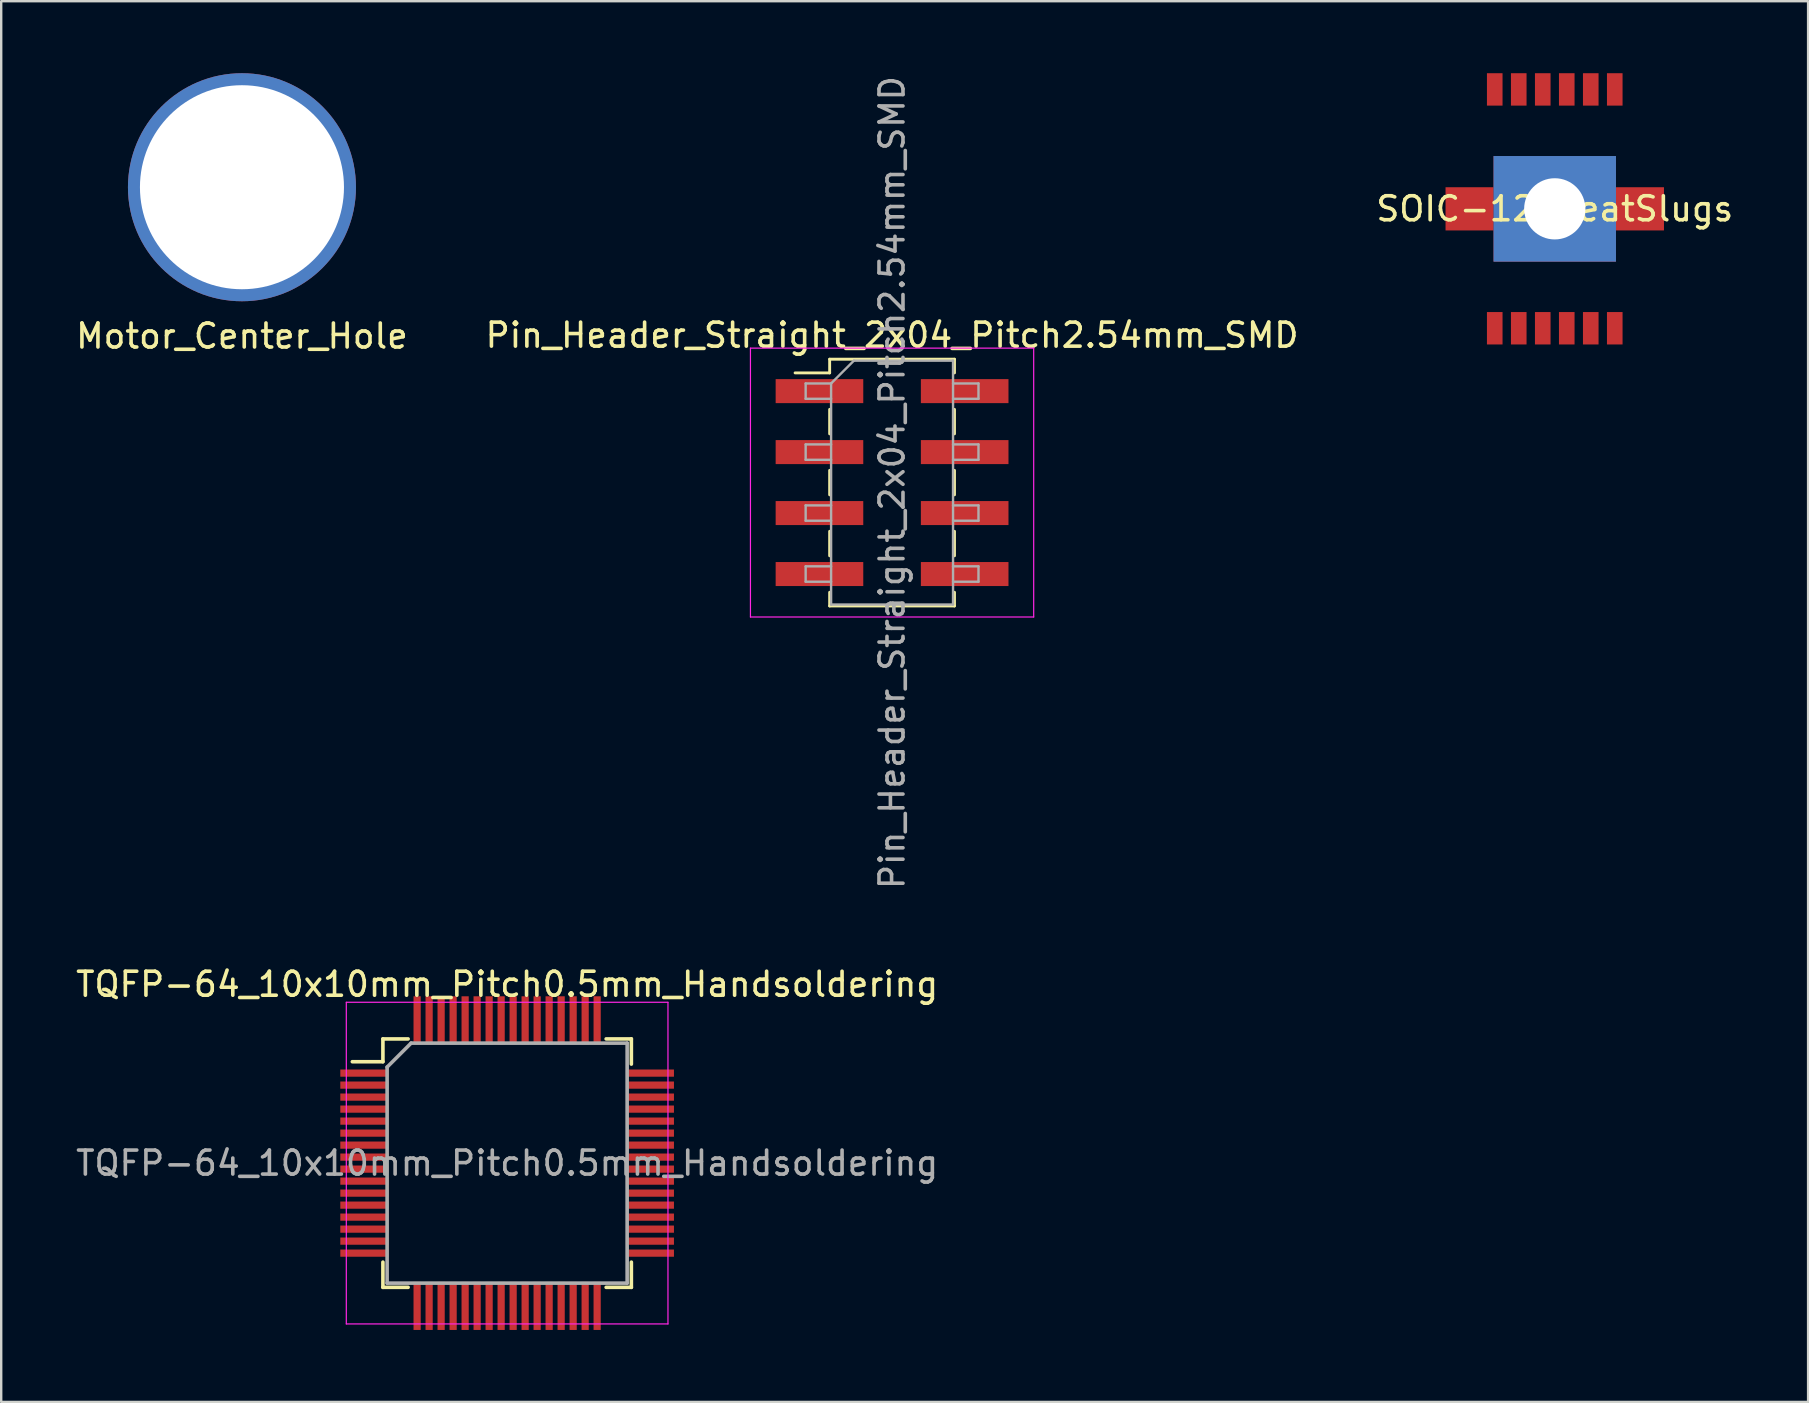
<source format=kicad_pcb>
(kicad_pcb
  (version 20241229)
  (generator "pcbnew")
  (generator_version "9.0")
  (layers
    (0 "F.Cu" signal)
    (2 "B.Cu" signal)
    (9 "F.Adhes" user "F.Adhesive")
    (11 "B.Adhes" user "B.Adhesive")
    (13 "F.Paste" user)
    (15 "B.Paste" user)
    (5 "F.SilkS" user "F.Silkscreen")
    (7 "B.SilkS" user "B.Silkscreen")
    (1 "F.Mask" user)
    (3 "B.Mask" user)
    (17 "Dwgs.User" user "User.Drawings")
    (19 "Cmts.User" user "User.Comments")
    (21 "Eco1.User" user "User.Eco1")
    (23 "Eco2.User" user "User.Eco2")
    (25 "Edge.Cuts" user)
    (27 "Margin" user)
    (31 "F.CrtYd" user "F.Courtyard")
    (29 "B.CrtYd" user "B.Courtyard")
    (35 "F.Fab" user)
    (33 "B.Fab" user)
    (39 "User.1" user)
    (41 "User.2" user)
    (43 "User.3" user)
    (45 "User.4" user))
  (footprint "Motor_Center_Hole"
    (layer "F.Cu")
    (at 7.03 4.75)
    (property "Reference" "Motor_Center_Hole" (at 0 6.2 0) (layer "F.SilkS") (effects (font (size 1 1) (thickness 0.15))))
    (attr through_hole)
    (pad "1" thru_hole circle (at 0 0) (size 9.5 9.5) (drill 8.5) (layers "*.Cu" "*.Mask")))
  (footprint "Pin_Header_Straight_2x04_Pitch2.54mm_SMD"
    (layer "F.Cu")
    (at 34.113 17.054)
    (property "Reference" "Pin_Header_Straight_2x04_Pitch2.54mm_SMD" (at 0 -6.14 180) (layer "F.SilkS") (effects (font (size 1 1) (thickness 0.15))))
    (attr smd)
    (fp_line (start -4.04 -4.57) (end -2.6 -4.57) (stroke (width 0.12) (type solid)) (layer "F.SilkS"))
    (fp_line (start -2.6 -5.14) (end -2.6 -4.57) (stroke (width 0.12) (type solid)) (layer "F.SilkS"))
    (fp_line (start -2.6 -5.14) (end 2.6 -5.14) (stroke (width 0.12) (type solid)) (layer "F.SilkS"))
    (fp_line (start -2.6 -3.05) (end -2.6 -2.03) (stroke (width 0.12) (type solid)) (layer "F.SilkS"))
    (fp_line (start -2.6 -0.51) (end -2.6 0.51) (stroke (width 0.12) (type solid)) (layer "F.SilkS"))
    (fp_line (start -2.6 2.03) (end -2.6 3.05) (stroke (width 0.12) (type solid)) (layer "F.SilkS"))
    (fp_line (start -2.6 4.57) (end -2.6 5.14) (stroke (width 0.12) (type solid)) (layer "F.SilkS"))
    (fp_line (start -2.6 5.14) (end 2.6 5.14) (stroke (width 0.12) (type solid)) (layer "F.SilkS"))
    (fp_line (start 2.6 -5.14) (end 2.6 -4.57) (stroke (width 0.12) (type solid)) (layer "F.SilkS"))
    (fp_line (start 2.6 -3.05) (end 2.6 -2.03) (stroke (width 0.12) (type solid)) (layer "F.SilkS"))
    (fp_line (start 2.6 -0.51) (end 2.6 0.51) (stroke (width 0.12) (type solid)) (layer "F.SilkS"))
    (fp_line (start 2.6 2.03) (end 2.6 3.05) (stroke (width 0.12) (type solid)) (layer "F.SilkS"))
    (fp_line (start 2.6 4.57) (end 2.6 5.14) (stroke (width 0.12) (type solid)) (layer "F.SilkS"))
    (fp_line (start -5.9 -5.6) (end -5.9 5.6) (stroke (width 0.05) (type solid)) (layer "F.CrtYd"))
    (fp_line (start -5.9 5.6) (end 5.9 5.6) (stroke (width 0.05) (type solid)) (layer "F.CrtYd"))
    (fp_line (start 5.9 -5.6) (end -5.9 -5.6) (stroke (width 0.05) (type solid)) (layer "F.CrtYd"))
    (fp_line (start 5.9 5.6) (end 5.9 -5.6) (stroke (width 0.05) (type solid)) (layer "F.CrtYd"))
    (fp_line (start -3.6 -4.13) (end -3.6 -3.49) (stroke (width 0.1) (type solid)) (layer "F.Fab"))
    (fp_line (start -3.6 -3.49) (end -2.54 -3.49) (stroke (width 0.1) (type solid)) (layer "F.Fab"))
    (fp_line (start -3.6 -1.59) (end -3.6 -0.95) (stroke (width 0.1) (type solid)) (layer "F.Fab"))
    (fp_line (start -3.6 -0.95) (end -2.54 -0.95) (stroke (width 0.1) (type solid)) (layer "F.Fab"))
    (fp_line (start -3.6 0.95) (end -3.6 1.59) (stroke (width 0.1) (type solid)) (layer "F.Fab"))
    (fp_line (start -3.6 1.59) (end -2.54 1.59) (stroke (width 0.1) (type solid)) (layer "F.Fab"))
    (fp_line (start -3.6 3.49) (end -3.6 4.13) (stroke (width 0.1) (type solid)) (layer "F.Fab"))
    (fp_line (start -3.6 4.13) (end -2.54 4.13) (stroke (width 0.1) (type solid)) (layer "F.Fab"))
    (fp_line (start -2.54 -4.13) (end -3.6 -4.13) (stroke (width 0.1) (type solid)) (layer "F.Fab"))
    (fp_line (start -2.54 -4.13) (end -1.59 -5.08) (stroke (width 0.1) (type solid)) (layer "F.Fab"))
    (fp_line (start -2.54 -1.59) (end -3.6 -1.59) (stroke (width 0.1) (type solid)) (layer "F.Fab"))
    (fp_line (start -2.54 0.95) (end -3.6 0.95) (stroke (width 0.1) (type solid)) (layer "F.Fab"))
    (fp_line (start -2.54 3.49) (end -3.6 3.49) (stroke (width 0.1) (type solid)) (layer "F.Fab"))
    (fp_line (start -2.54 5.08) (end -2.54 -4.13) (stroke (width 0.1) (type solid)) (layer "F.Fab"))
    (fp_line (start -1.59 -5.08) (end 2.54 -5.08) (stroke (width 0.1) (type solid)) (layer "F.Fab"))
    (fp_line (start 2.54 -5.08) (end 2.54 5.08) (stroke (width 0.1) (type solid)) (layer "F.Fab"))
    (fp_line (start 2.54 -4.13) (end 3.6 -4.13) (stroke (width 0.1) (type solid)) (layer "F.Fab"))
    (fp_line (start 2.54 -1.59) (end 3.6 -1.59) (stroke (width 0.1) (type solid)) (layer "F.Fab"))
    (fp_line (start 2.54 0.95) (end 3.6 0.95) (stroke (width 0.1) (type solid)) (layer "F.Fab"))
    (fp_line (start 2.54 3.49) (end 3.6 3.49) (stroke (width 0.1) (type solid)) (layer "F.Fab"))
    (fp_line (start 2.54 5.08) (end -2.54 5.08) (stroke (width 0.1) (type solid)) (layer "F.Fab"))
    (fp_line (start 3.6 -4.13) (end 3.6 -3.49) (stroke (width 0.1) (type solid)) (layer "F.Fab"))
    (fp_line (start 3.6 -3.49) (end 2.54 -3.49) (stroke (width 0.1) (type solid)) (layer "F.Fab"))
    (fp_line (start 3.6 -1.59) (end 3.6 -0.95) (stroke (width 0.1) (type solid)) (layer "F.Fab"))
    (fp_line (start 3.6 -0.95) (end 2.54 -0.95) (stroke (width 0.1) (type solid)) (layer "F.Fab"))
    (fp_line (start 3.6 0.95) (end 3.6 1.59) (stroke (width 0.1) (type solid)) (layer "F.Fab"))
    (fp_line (start 3.6 1.59) (end 2.54 1.59) (stroke (width 0.1) (type solid)) (layer "F.Fab"))
    (fp_line (start 3.6 3.49) (end 3.6 4.13) (stroke (width 0.1) (type solid)) (layer "F.Fab"))
    (fp_line (start 3.6 4.13) (end 2.54 4.13) (stroke (width 0.1) (type solid)) (layer "F.Fab"))
    (fp_text user "${REFERENCE}" (at 0 0 90) (layer "F.Fab") (effects (font (size 1 1) (thickness 0.15))))
    (pad "1" smd rect (at -3.025 -3.81) (size 3.65 1) (layers "F.Cu" "F.Mask" "F.Paste"))
    (pad "2" smd rect (at 3.025 -3.81) (size 3.65 1) (layers "F.Cu" "F.Mask" "F.Paste"))
    (pad "3" smd rect (at -3.025 -1.27) (size 3.65 1) (layers "F.Cu" "F.Mask" "F.Paste"))
    (pad "4" smd rect (at 3.025 -1.27) (size 3.65 1) (layers "F.Cu" "F.Mask" "F.Paste"))
    (pad "5" smd rect (at -3.025 1.27) (size 3.65 1) (layers "F.Cu" "F.Mask" "F.Paste"))
    (pad "6" smd rect (at 3.025 1.27) (size 3.65 1) (layers "F.Cu" "F.Mask" "F.Paste"))
    (pad "7" smd rect (at -3.025 3.81) (size 3.65 1) (layers "F.Cu" "F.Mask" "F.Paste"))
    (pad "8" smd rect (at 3.025 3.81) (size 3.65 1) (layers "F.Cu" "F.Mask" "F.Paste")))
  (footprint "TQFP-64_10x10mm_Pitch0.5mm_Handsoldering"
    (layer "F.Cu")
    (at 18.077 45.405)
    (property "Reference" "TQFP-64_10x10mm_Pitch0.5mm_Handsoldering" (at 0 -7.45 0) (layer "F.SilkS") (effects (font (size 1 1) (thickness 0.15))))
    (attr smd)
    (fp_line (start -5.175 -5.175) (end -5.175 -4.225) (stroke (width 0.15) (type solid)) (layer "F.SilkS"))
    (fp_line (start -5.175 -5.175) (end -4.125 -5.175) (stroke (width 0.15) (type solid)) (layer "F.SilkS"))
    (fp_line (start -5.175 -4.225) (end -6.45 -4.225) (stroke (width 0.15) (type solid)) (layer "F.SilkS"))
    (fp_line (start -5.175 5.175) (end -5.175 4.125) (stroke (width 0.15) (type solid)) (layer "F.SilkS"))
    (fp_line (start -5.175 5.175) (end -4.125 5.175) (stroke (width 0.15) (type solid)) (layer "F.SilkS"))
    (fp_line (start 5.175 -5.175) (end 4.125 -5.175) (stroke (width 0.15) (type solid)) (layer "F.SilkS"))
    (fp_line (start 5.175 -5.175) (end 5.175 -4.125) (stroke (width 0.15) (type solid)) (layer "F.SilkS"))
    (fp_line (start 5.175 5.175) (end 4.125 5.175) (stroke (width 0.15) (type solid)) (layer "F.SilkS"))
    (fp_line (start 5.175 5.175) (end 5.175 4.125) (stroke (width 0.15) (type solid)) (layer "F.SilkS"))
    (fp_line (start -6.7 -6.7) (end -6.7 6.7) (stroke (width 0.05) (type solid)) (layer "F.CrtYd"))
    (fp_line (start -6.7 -6.7) (end 6.7 -6.7) (stroke (width 0.05) (type solid)) (layer "F.CrtYd"))
    (fp_line (start -6.7 6.7) (end 6.7 6.7) (stroke (width 0.05) (type solid)) (layer "F.CrtYd"))
    (fp_line (start 6.7 -6.7) (end 6.7 6.7) (stroke (width 0.05) (type solid)) (layer "F.CrtYd"))
    (fp_line (start -5 -4) (end -4 -5) (stroke (width 0.15) (type solid)) (layer "F.Fab"))
    (fp_line (start -5 5) (end -5 -4) (stroke (width 0.15) (type solid)) (layer "F.Fab"))
    (fp_line (start -4 -5) (end 5 -5) (stroke (width 0.15) (type solid)) (layer "F.Fab"))
    (fp_line (start 5 -5) (end 5 5) (stroke (width 0.15) (type solid)) (layer "F.Fab"))
    (fp_line (start 5 5) (end -5 5) (stroke (width 0.15) (type solid)) (layer "F.Fab"))
    (fp_text user "${REFERENCE}" (at 0 0 0) (layer "F.Fab") (effects (font (size 1 1) (thickness 0.15))))
    (pad "1" smd rect (at -5.95 -3.75) (size 2 0.3) (layers "F.Cu" "F.Mask" "F.Paste"))
    (pad "2" smd rect (at -5.95 -3.25) (size 2 0.3) (layers "F.Cu" "F.Mask" "F.Paste"))
    (pad "3" smd rect (at -5.95 -2.75) (size 2 0.3) (layers "F.Cu" "F.Mask" "F.Paste"))
    (pad "4" smd rect (at -5.95 -2.25) (size 2 0.3) (layers "F.Cu" "F.Mask" "F.Paste"))
    (pad "5" smd rect (at -5.95 -1.75) (size 2 0.3) (layers "F.Cu" "F.Mask" "F.Paste"))
    (pad "6" smd rect (at -5.95 -1.25) (size 2 0.3) (layers "F.Cu" "F.Mask" "F.Paste"))
    (pad "7" smd rect (at -5.95 -0.75) (size 2 0.3) (layers "F.Cu" "F.Mask" "F.Paste"))
    (pad "8" smd rect (at -5.95 -0.25) (size 2 0.3) (layers "F.Cu" "F.Mask" "F.Paste"))
    (pad "9" smd rect (at -5.95 0.25) (size 2 0.3) (layers "F.Cu" "F.Mask" "F.Paste"))
    (pad "10" smd rect (at -5.95 0.75) (size 2 0.3) (layers "F.Cu" "F.Mask" "F.Paste"))
    (pad "11" smd rect (at -5.95 1.25) (size 2 0.3) (layers "F.Cu" "F.Mask" "F.Paste"))
    (pad "12" smd rect (at -5.95 1.75) (size 2 0.3) (layers "F.Cu" "F.Mask" "F.Paste"))
    (pad "13" smd rect (at -5.95 2.25) (size 2 0.3) (layers "F.Cu" "F.Mask" "F.Paste"))
    (pad "14" smd rect (at -5.95 2.75) (size 2 0.3) (layers "F.Cu" "F.Mask" "F.Paste"))
    (pad "15" smd rect (at -5.95 3.25) (size 2 0.3) (layers "F.Cu" "F.Mask" "F.Paste"))
    (pad "16" smd rect (at -5.95 3.75) (size 2 0.3) (layers "F.Cu" "F.Mask" "F.Paste"))
    (pad "17" smd rect (at -3.75 5.95 90) (size 2 0.3) (layers "F.Cu" "F.Mask" "F.Paste"))
    (pad "18" smd rect (at -3.25 5.95 90) (size 2 0.3) (layers "F.Cu" "F.Mask" "F.Paste"))
    (pad "19" smd rect (at -2.75 5.95 90) (size 2 0.3) (layers "F.Cu" "F.Mask" "F.Paste"))
    (pad "20" smd rect (at -2.25 5.95 90) (size 2 0.3) (layers "F.Cu" "F.Mask" "F.Paste"))
    (pad "21" smd rect (at -1.75 5.95 90) (size 2 0.3) (layers "F.Cu" "F.Mask" "F.Paste"))
    (pad "22" smd rect (at -1.25 5.95 90) (size 2 0.3) (layers "F.Cu" "F.Mask" "F.Paste"))
    (pad "23" smd rect (at -0.75 5.95 90) (size 2 0.3) (layers "F.Cu" "F.Mask" "F.Paste"))
    (pad "24" smd rect (at -0.25 5.95 90) (size 2 0.3) (layers "F.Cu" "F.Mask" "F.Paste"))
    (pad "25" smd rect (at 0.25 5.95 90) (size 2 0.3) (layers "F.Cu" "F.Mask" "F.Paste"))
    (pad "26" smd rect (at 0.75 5.95 90) (size 2 0.3) (layers "F.Cu" "F.Mask" "F.Paste"))
    (pad "27" smd rect (at 1.25 5.95 90) (size 2 0.3) (layers "F.Cu" "F.Mask" "F.Paste"))
    (pad "28" smd rect (at 1.75 5.95 90) (size 2 0.3) (layers "F.Cu" "F.Mask" "F.Paste"))
    (pad "29" smd rect (at 2.25 5.95 90) (size 2 0.3) (layers "F.Cu" "F.Mask" "F.Paste"))
    (pad "30" smd rect (at 2.75 5.95 90) (size 2 0.3) (layers "F.Cu" "F.Mask" "F.Paste"))
    (pad "31" smd rect (at 3.25 5.95 90) (size 2 0.3) (layers "F.Cu" "F.Mask" "F.Paste"))
    (pad "32" smd rect (at 3.75 5.95 90) (size 2 0.3) (layers "F.Cu" "F.Mask" "F.Paste"))
    (pad "33" smd rect (at 5.95 3.75) (size 2 0.3) (layers "F.Cu" "F.Mask" "F.Paste"))
    (pad "34" smd rect (at 5.95 3.25) (size 2 0.3) (layers "F.Cu" "F.Mask" "F.Paste"))
    (pad "35" smd rect (at 5.95 2.75) (size 2 0.3) (layers "F.Cu" "F.Mask" "F.Paste"))
    (pad "36" smd rect (at 5.95 2.25) (size 2 0.3) (layers "F.Cu" "F.Mask" "F.Paste"))
    (pad "37" smd rect (at 5.95 1.75) (size 2 0.3) (layers "F.Cu" "F.Mask" "F.Paste"))
    (pad "38" smd rect (at 5.95 1.25) (size 2 0.3) (layers "F.Cu" "F.Mask" "F.Paste"))
    (pad "39" smd rect (at 5.95 0.75) (size 2 0.3) (layers "F.Cu" "F.Mask" "F.Paste"))
    (pad "40" smd rect (at 5.95 0.25) (size 2 0.3) (layers "F.Cu" "F.Mask" "F.Paste"))
    (pad "41" smd rect (at 5.95 -0.25) (size 2 0.3) (layers "F.Cu" "F.Mask" "F.Paste"))
    (pad "42" smd rect (at 5.95 -0.75) (size 2 0.3) (layers "F.Cu" "F.Mask" "F.Paste"))
    (pad "43" smd rect (at 5.95 -1.25) (size 2 0.3) (layers "F.Cu" "F.Mask" "F.Paste"))
    (pad "44" smd rect (at 5.95 -1.75) (size 2 0.3) (layers "F.Cu" "F.Mask" "F.Paste"))
    (pad "45" smd rect (at 5.95 -2.25) (size 2 0.3) (layers "F.Cu" "F.Mask" "F.Paste"))
    (pad "46" smd rect (at 5.95 -2.75) (size 2 0.3) (layers "F.Cu" "F.Mask" "F.Paste"))
    (pad "47" smd rect (at 5.95 -3.25) (size 2 0.3) (layers "F.Cu" "F.Mask" "F.Paste"))
    (pad "48" smd rect (at 5.95 -3.75) (size 2 0.3) (layers "F.Cu" "F.Mask" "F.Paste"))
    (pad "49" smd rect (at 3.75 -5.95 90) (size 2 0.3) (layers "F.Cu" "F.Mask" "F.Paste"))
    (pad "50" smd rect (at 3.25 -5.95 90) (size 2 0.3) (layers "F.Cu" "F.Mask" "F.Paste"))
    (pad "51" smd rect (at 2.75 -5.95 90) (size 2 0.3) (layers "F.Cu" "F.Mask" "F.Paste"))
    (pad "52" smd rect (at 2.25 -5.95 90) (size 2 0.3) (layers "F.Cu" "F.Mask" "F.Paste"))
    (pad "53" smd rect (at 1.75 -5.95 90) (size 2 0.3) (layers "F.Cu" "F.Mask" "F.Paste"))
    (pad "54" smd rect (at 1.25 -5.95 90) (size 2 0.3) (layers "F.Cu" "F.Mask" "F.Paste"))
    (pad "55" smd rect (at 0.75 -5.95 90) (size 2 0.3) (layers "F.Cu" "F.Mask" "F.Paste"))
    (pad "56" smd rect (at 0.25 -5.95 90) (size 2 0.3) (layers "F.Cu" "F.Mask" "F.Paste"))
    (pad "57" smd rect (at -0.25 -5.95 90) (size 2 0.3) (layers "F.Cu" "F.Mask" "F.Paste"))
    (pad "58" smd rect (at -0.75 -5.95 90) (size 2 0.3) (layers "F.Cu" "F.Mask" "F.Paste"))
    (pad "59" smd rect (at -1.25 -5.95 90) (size 2 0.3) (layers "F.Cu" "F.Mask" "F.Paste"))
    (pad "60" smd rect (at -1.75 -5.95 90) (size 2 0.3) (layers "F.Cu" "F.Mask" "F.Paste"))
    (pad "61" smd rect (at -2.25 -5.95 90) (size 2 0.3) (layers "F.Cu" "F.Mask" "F.Paste"))
    (pad "62" smd rect (at -2.75 -5.95 90) (size 2 0.3) (layers "F.Cu" "F.Mask" "F.Paste"))
    (pad "63" smd rect (at -3.25 -5.95 90) (size 2 0.3) (layers "F.Cu" "F.Mask" "F.Paste"))
    (pad "64" smd rect (at -3.75 -5.95 90) (size 2 0.3) (layers "F.Cu" "F.Mask" "F.Paste")))
  (footprint "SOIC-12_HeatSlugs"
    (layer "F.Cu")
    (at 61.72 5.65)
    (property "Reference" "SOIC-12_HeatSlugs" (at 0 0 0) (layer "F.SilkS") (effects (font (size 1 1) (thickness 0.15))))
    (attr through_hole)
    (pad "1" smd rect (at -2.5 4.975) (size 0.65 1.35) (layers "F.Cu" "F.Mask" "F.Paste"))
    (pad "2" smd rect (at -1.5 4.975) (size 0.65 1.35) (layers "F.Cu" "F.Mask" "F.Paste"))
    (pad "3" smd rect (at -0.5 4.975) (size 0.65 1.35) (layers "F.Cu" "F.Mask" "F.Paste"))
    (pad "4" smd rect (at 0.5 4.975) (size 0.65 1.35) (layers "F.Cu" "F.Mask" "F.Paste"))
    (pad "5" smd rect (at 1.5 4.975) (size 0.65 1.35) (layers "F.Cu" "F.Mask" "F.Paste"))
    (pad "6" smd rect (at -3.55 0) (size 2 1.8) (layers "F.Cu" "F.Mask" "F.Paste"))
    (pad "6" thru_hole rect (at 0 0) (size 5.1 4.4) (drill 2.55) (layers "*.Cu" "*.Mask"))
    (pad "6" smd rect (at 2.5 4.975) (size 0.65 1.35) (layers "F.Cu" "F.Mask" "F.Paste"))
    (pad "6" smd rect (at 3.55 0) (size 2 1.8) (layers "F.Cu" "F.Mask" "F.Paste"))
    (pad "7" smd rect (at 2.5 -4.975) (size 0.65 1.35) (layers "F.Cu" "F.Mask" "F.Paste"))
    (pad "8" smd rect (at 1.5 -4.975) (size 0.65 1.35) (layers "F.Cu" "F.Mask" "F.Paste"))
    (pad "9" smd rect (at 0.5 -4.975) (size 0.65 1.35) (layers "F.Cu" "F.Mask" "F.Paste"))
    (pad "10" smd rect (at -0.5 -4.975) (size 0.65 1.35) (layers "F.Cu" "F.Mask" "F.Paste"))
    (pad "11" smd rect (at -1.5 -4.975) (size 0.65 1.35) (layers "F.Cu" "F.Mask" "F.Paste"))
    (pad "12" smd rect (at -2.5 -4.975) (size 0.65 1.35) (layers "F.Cu" "F.Mask" "F.Paste")))
  (gr_rect
    (start -3 -3)
    (end 72.274 55.355)
    (stroke (width 0.1) (type default))
    (fill no)
    (layer "Edge.Cuts")))
</source>
